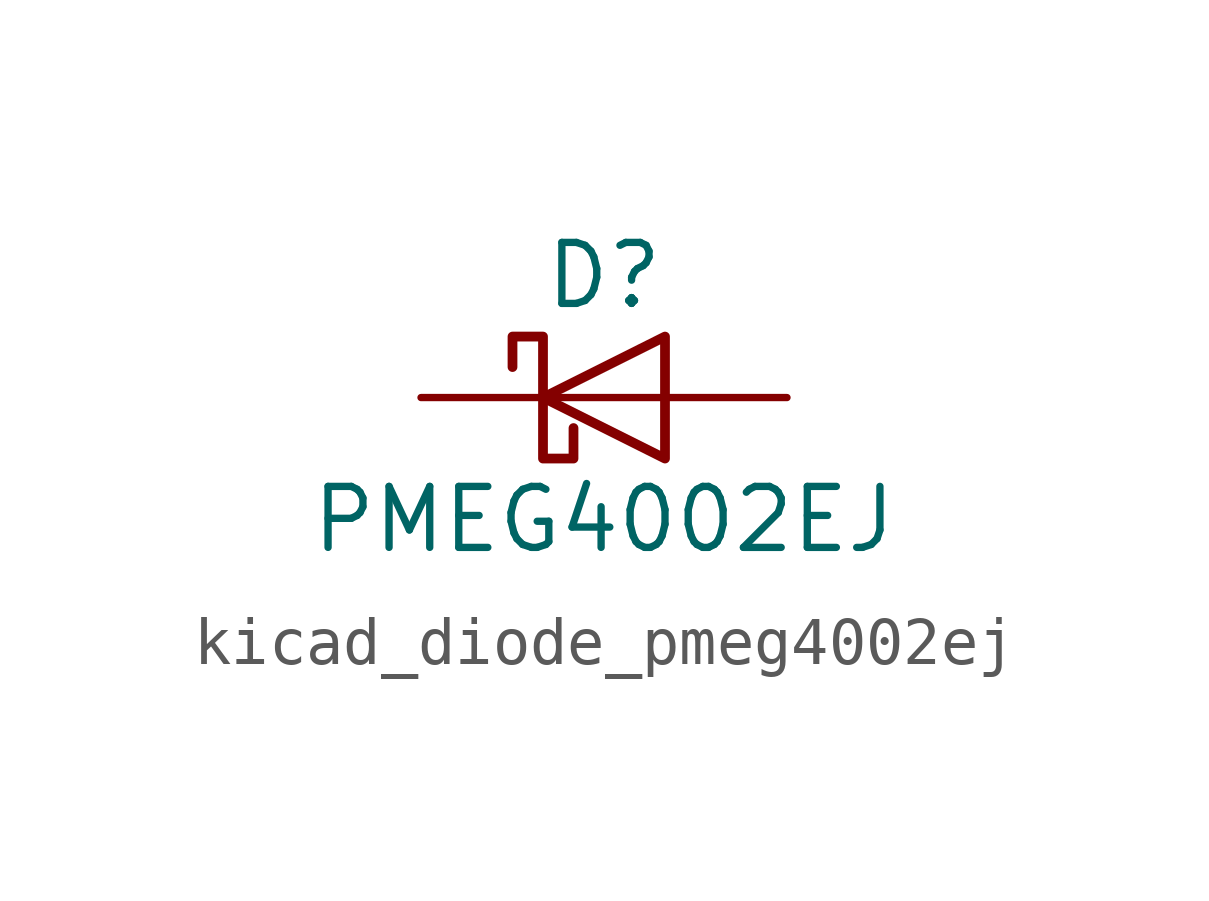
<source format=kicad_sym>
(kicad_symbol_lib
  (version 20220914)
  (generator kicad_symbol_editor)
  (symbol "kicad_diode_pmeg4002ej"
    (pin_numbers hide)
    (pin_names hide)
    (property "Reference" "D"
      (at 0 2.54 0)
      (effects (font (size 1.27 1.27))))
    (property "Value" "PMEG4002EJ"
      (at 0 -2.54 0)
      (effects (font (size 1.27 1.27))))
    (symbol "kicad_diode_pmeg4002ej_0_1"
      (polyline (pts (xy 1.27 0) (xy -1.27 0)) (stroke (width 0) (type default)) (fill (type none)))
      (polyline (pts (xy 1.27 1.27) (xy 1.27 -1.27) (xy -1.27 0) (xy 1.27 1.27)) (stroke (width 0.203) (type default)) (fill (type none)))
      (polyline (pts (xy -1.905 0.635) (xy -1.905 1.27) (xy -1.27 1.27) (xy -1.27 -1.27) (xy -0.635 -1.27) (xy -0.635 -0.635)) (stroke (width 0.203) (type default)) (fill (type none))))
    (symbol "kicad_diode_pmeg4002ej_1_1"
      (pin passive line (at -3.81 0 0) (length 2.54) (name "K" (effects (font (size 1.27 1.27)))) (number "1" (effects (font (size 1.27 1.27)))))
      (pin passive line (at 3.81 0 180) (length 2.54) (name "A" (effects (font (size 1.27 1.27)))) (number "2" (effects (font (size 1.27 1.27))))))))
</source>
